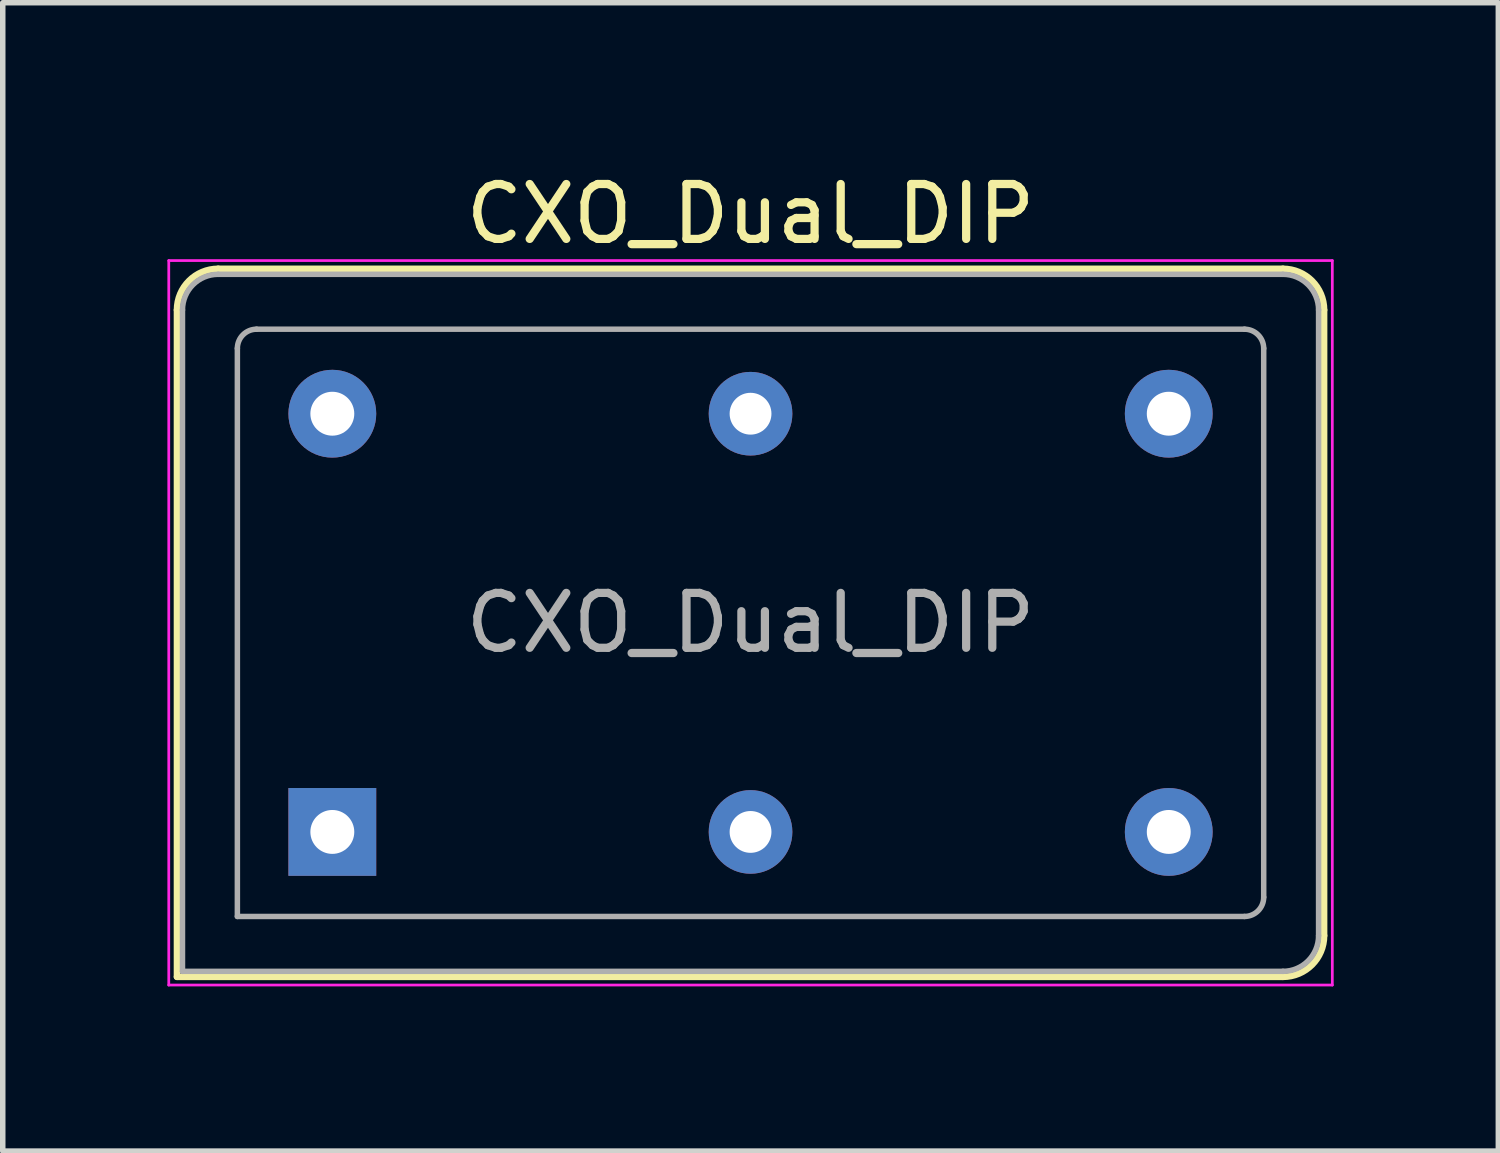
<source format=kicad_pcb>
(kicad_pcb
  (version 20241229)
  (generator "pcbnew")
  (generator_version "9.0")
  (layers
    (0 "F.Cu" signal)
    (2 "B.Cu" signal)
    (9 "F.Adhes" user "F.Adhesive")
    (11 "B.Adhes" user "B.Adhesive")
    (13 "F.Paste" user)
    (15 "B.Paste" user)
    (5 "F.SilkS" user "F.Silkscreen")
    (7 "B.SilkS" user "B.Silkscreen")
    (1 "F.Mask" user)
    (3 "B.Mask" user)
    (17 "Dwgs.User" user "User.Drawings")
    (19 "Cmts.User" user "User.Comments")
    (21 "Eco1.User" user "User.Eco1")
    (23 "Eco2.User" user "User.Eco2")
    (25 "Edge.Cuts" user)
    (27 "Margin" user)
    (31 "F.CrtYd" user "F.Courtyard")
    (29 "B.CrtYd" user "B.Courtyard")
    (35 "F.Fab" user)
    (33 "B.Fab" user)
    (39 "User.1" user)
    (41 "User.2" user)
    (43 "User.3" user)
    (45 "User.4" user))
  (footprint "CXO_Dual_DIP"
    (layer "F.Cu")
    (at 3.005 12.108)
    (property "Reference" "CXO_Dual_DIP" (at 7.62 -11.26 0) (layer "F.SilkS") (effects (font (size 1 1) (thickness 0.15))))
    (attr through_hole)
    (fp_line (start -2.83 -9.51) (end -2.83 2.64) (stroke (width 0.12) (type solid)) (layer "F.SilkS"))
    (fp_line (start -2.83 2.64) (end 17.32 2.64) (stroke (width 0.12) (type solid)) (layer "F.SilkS"))
    (fp_line (start 17.32 -10.26) (end -2.08 -10.26) (stroke (width 0.12) (type solid)) (layer "F.SilkS"))
    (fp_line (start 18.07 1.89) (end 18.07 -9.51) (stroke (width 0.12) (type solid)) (layer "F.SilkS"))
    (fp_arc (start -2.83 -9.51) (mid -2.61033 -10.04033) (end -2.08 -10.26) (stroke (width 0.12) (type solid)) (layer "F.SilkS"))
    (fp_arc (start 17.32 -10.26) (mid 17.85033 -10.04033) (end 18.07 -9.51) (stroke (width 0.12) (type solid)) (layer "F.SilkS"))
    (fp_arc (start 18.07 1.89) (mid 17.85033 2.42033) (end 17.32 2.64) (stroke (width 0.12) (type solid)) (layer "F.SilkS"))
    (fp_line (start -2.98 -10.41) (end -2.98 2.79) (stroke (width 0.05) (type solid)) (layer "F.CrtYd"))
    (fp_line (start -2.98 2.79) (end 18.22 2.79) (stroke (width 0.05) (type solid)) (layer "F.CrtYd"))
    (fp_line (start 18.22 -10.41) (end -2.98 -10.41) (stroke (width 0.05) (type solid)) (layer "F.CrtYd"))
    (fp_line (start 18.22 2.79) (end 18.22 -10.41) (stroke (width 0.05) (type solid)) (layer "F.CrtYd"))
    (fp_line (start -2.73 2.54) (end -2.73 -9.51) (stroke (width 0.1) (type solid)) (layer "F.Fab"))
    (fp_line (start -2.73 2.54) (end 17.32 2.54) (stroke (width 0.1) (type solid)) (layer "F.Fab"))
    (fp_line (start -2.08 -10.16) (end 17.32 -10.16) (stroke (width 0.1) (type solid)) (layer "F.Fab"))
    (fp_line (start -1.73 1.54) (end -1.73 -8.81) (stroke (width 0.1) (type solid)) (layer "F.Fab"))
    (fp_line (start -1.73 1.54) (end 16.62 1.54) (stroke (width 0.1) (type solid)) (layer "F.Fab"))
    (fp_line (start -1.38 -9.16) (end 16.62 -9.16) (stroke (width 0.1) (type solid)) (layer "F.Fab"))
    (fp_line (start 16.97 1.19) (end 16.97 -8.81) (stroke (width 0.1) (type solid)) (layer "F.Fab"))
    (fp_line (start 17.97 -9.51) (end 17.97 1.89) (stroke (width 0.1) (type solid)) (layer "F.Fab"))
    (fp_arc (start -2.73 -9.51) (mid -2.539619 -9.969619) (end -2.08 -10.16) (stroke (width 0.1) (type solid)) (layer "F.Fab"))
    (fp_arc (start -1.73 -8.81) (mid -1.627487 -9.057487) (end -1.38 -9.16) (stroke (width 0.1) (type solid)) (layer "F.Fab"))
    (fp_arc (start 16.62 -9.16) (mid 16.867487 -9.057487) (end 16.97 -8.81) (stroke (width 0.1) (type solid)) (layer "F.Fab"))
    (fp_arc (start 16.97 1.19) (mid 16.867487 1.437487) (end 16.62 1.54) (stroke (width 0.1) (type solid)) (layer "F.Fab"))
    (fp_arc (start 17.32 -10.16) (mid 17.779619 -9.969619) (end 17.97 -9.51) (stroke (width 0.1) (type solid)) (layer "F.Fab"))
    (fp_arc (start 17.97 1.89) (mid 17.779619 2.349619) (end 17.32 2.54) (stroke (width 0.1) (type solid)) (layer "F.Fab"))
    (fp_text user "${REFERENCE}" (at 7.62 -3.81 0) (layer "F.Fab") (effects (font (size 1 1) (thickness 0.15))))
    (pad "1" thru_hole rect (at 0 0) (size 1.6 1.6) (drill 0.8) (layers "*.Cu" "*.Mask"))
    (pad "4" thru_hole circle (at 7.62 0) (size 1.524 1.524) (drill 0.762) (layers "*.Cu" "*.Mask"))
    (pad "7" thru_hole circle (at 15.24 0) (size 1.6 1.6) (drill 0.8) (layers "*.Cu" "*.Mask"))
    (pad "8" thru_hole circle (at 15.24 -7.62) (size 1.6 1.6) (drill 0.8) (layers "*.Cu" "*.Mask"))
    (pad "11" thru_hole circle (at 7.62 -7.62) (size 1.524 1.524) (drill 0.762) (layers "*.Cu" "*.Mask"))
    (pad "14" thru_hole circle (at 0 -7.62) (size 1.6 1.6) (drill 0.8) (layers "*.Cu" "*.Mask")))
  (gr_rect
    (start -3 -3)
    (end 24.25 17.923)
    (stroke (width 0.1) (type default))
    (fill no)
    (layer "Edge.Cuts")))
</source>
